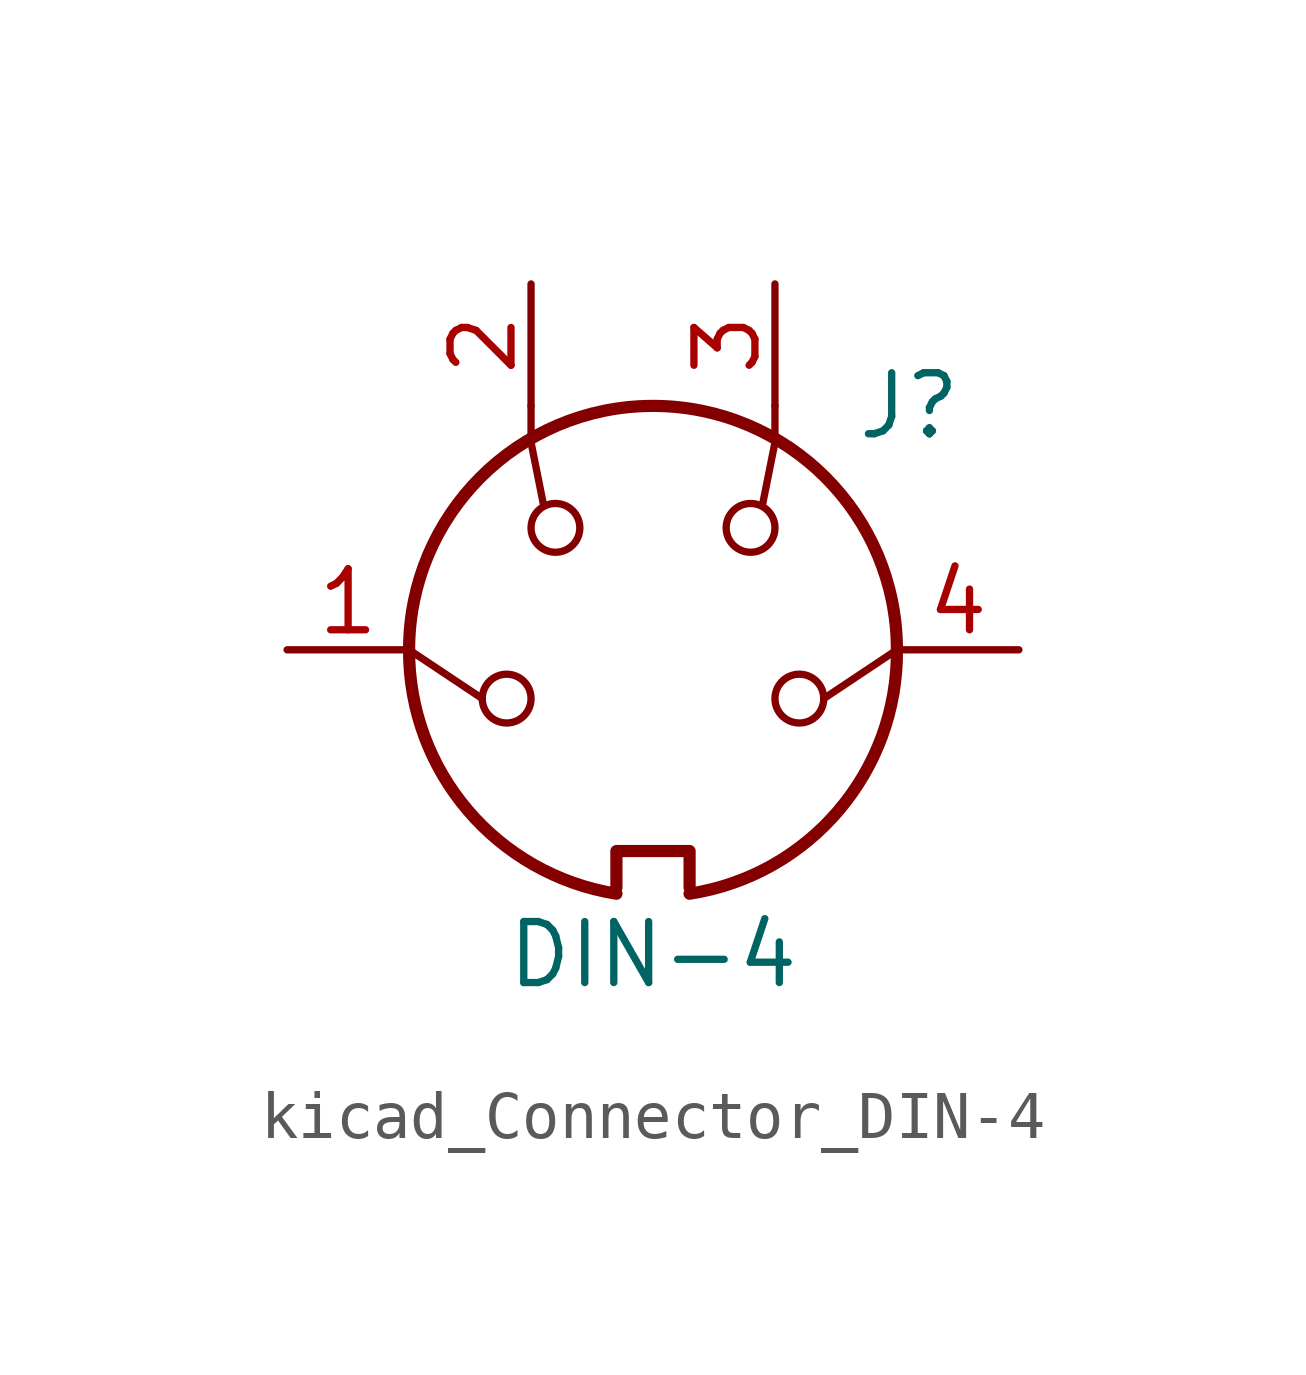
<source format=kicad_sym>
(kicad_symbol_lib
  (version 20220914)
  (generator kicad_symbol_editor)
  (symbol "kicad_Connector_DIN-4"
    (pin_names
      (offset 1.016))
    (property "Reference" "J"
      (at 5.334 5.08 0)
      (effects (font (size 1.27 1.27))))
    (property "Value" "DIN-4"
      (at 0 -6.35 0)
      (effects (font (size 1.27 1.27))))
    (symbol "kicad_Connector_DIN-4_0_1"
      (arc (start -5.08 0) (mid -3.8609 -3.3364) (end -0.762 -5.08) (stroke (width 0.254) (type default)) (fill (type none)))
      (circle (center -3.048 -1.016) (radius 0.508) (stroke (width 0) (type default)) (fill (type none)))
      (circle (center -2.032 2.54) (radius 0.508) (stroke (width 0) (type default)) (fill (type none)))
      (polyline (pts (xy -3.556 -1.016) (xy -5.08 0)) (stroke (width 0) (type default)) (fill (type none)))
      (polyline (pts (xy 5.08 0) (xy 3.556 -1.016)) (stroke (width 0) (type default)) (fill (type none)))
      (polyline (pts (xy -2.54 5.08) (xy -2.54 4.318) (xy -2.286 3.048)) (stroke (width 0) (type default)) (fill (type none)))
      (polyline (pts (xy 2.54 5.08) (xy 2.54 4.318) (xy 2.286 3.048)) (stroke (width 0) (type default)) (fill (type none)))
      (polyline (pts (xy -0.762 -4.953) (xy -0.762 -4.191) (xy 0.762 -4.191) (xy 0.762 -4.953)) (stroke (width 0.254) (type default)) (fill (type none)))
      (arc (start 0.762 -5.08) (mid 3.8685 -3.343) (end 5.08 0) (stroke (width 0.254) (type default)) (fill (type none)))
      (circle (center 2.032 2.54) (radius 0.508) (stroke (width 0) (type default)) (fill (type none)))
      (circle (center 3.048 -1.016) (radius 0.508) (stroke (width 0) (type default)) (fill (type none)))
      (arc (start 5.08 0) (mid 0 5.0579) (end -5.08 0) (stroke (width 0.254) (type default)) (fill (type none))))
    (symbol "kicad_Connector_DIN-4_1_1"
      (pin passive line (at -7.62 0 0) (length 2.54) (name "~" (effects (font (size 1.27 1.27)))) (number "1" (effects (font (size 1.27 1.27)))))
      (pin passive line (at -2.54 7.62 270) (length 2.54) (name "~" (effects (font (size 1.27 1.27)))) (number "2" (effects (font (size 1.27 1.27)))))
      (pin passive line (at 2.54 7.62 270) (length 2.54) (name "~" (effects (font (size 1.27 1.27)))) (number "3" (effects (font (size 1.27 1.27)))))
      (pin passive line (at 7.62 0 180) (length 2.54) (name "~" (effects (font (size 1.27 1.27)))) (number "4" (effects (font (size 1.27 1.27))))))))
</source>
